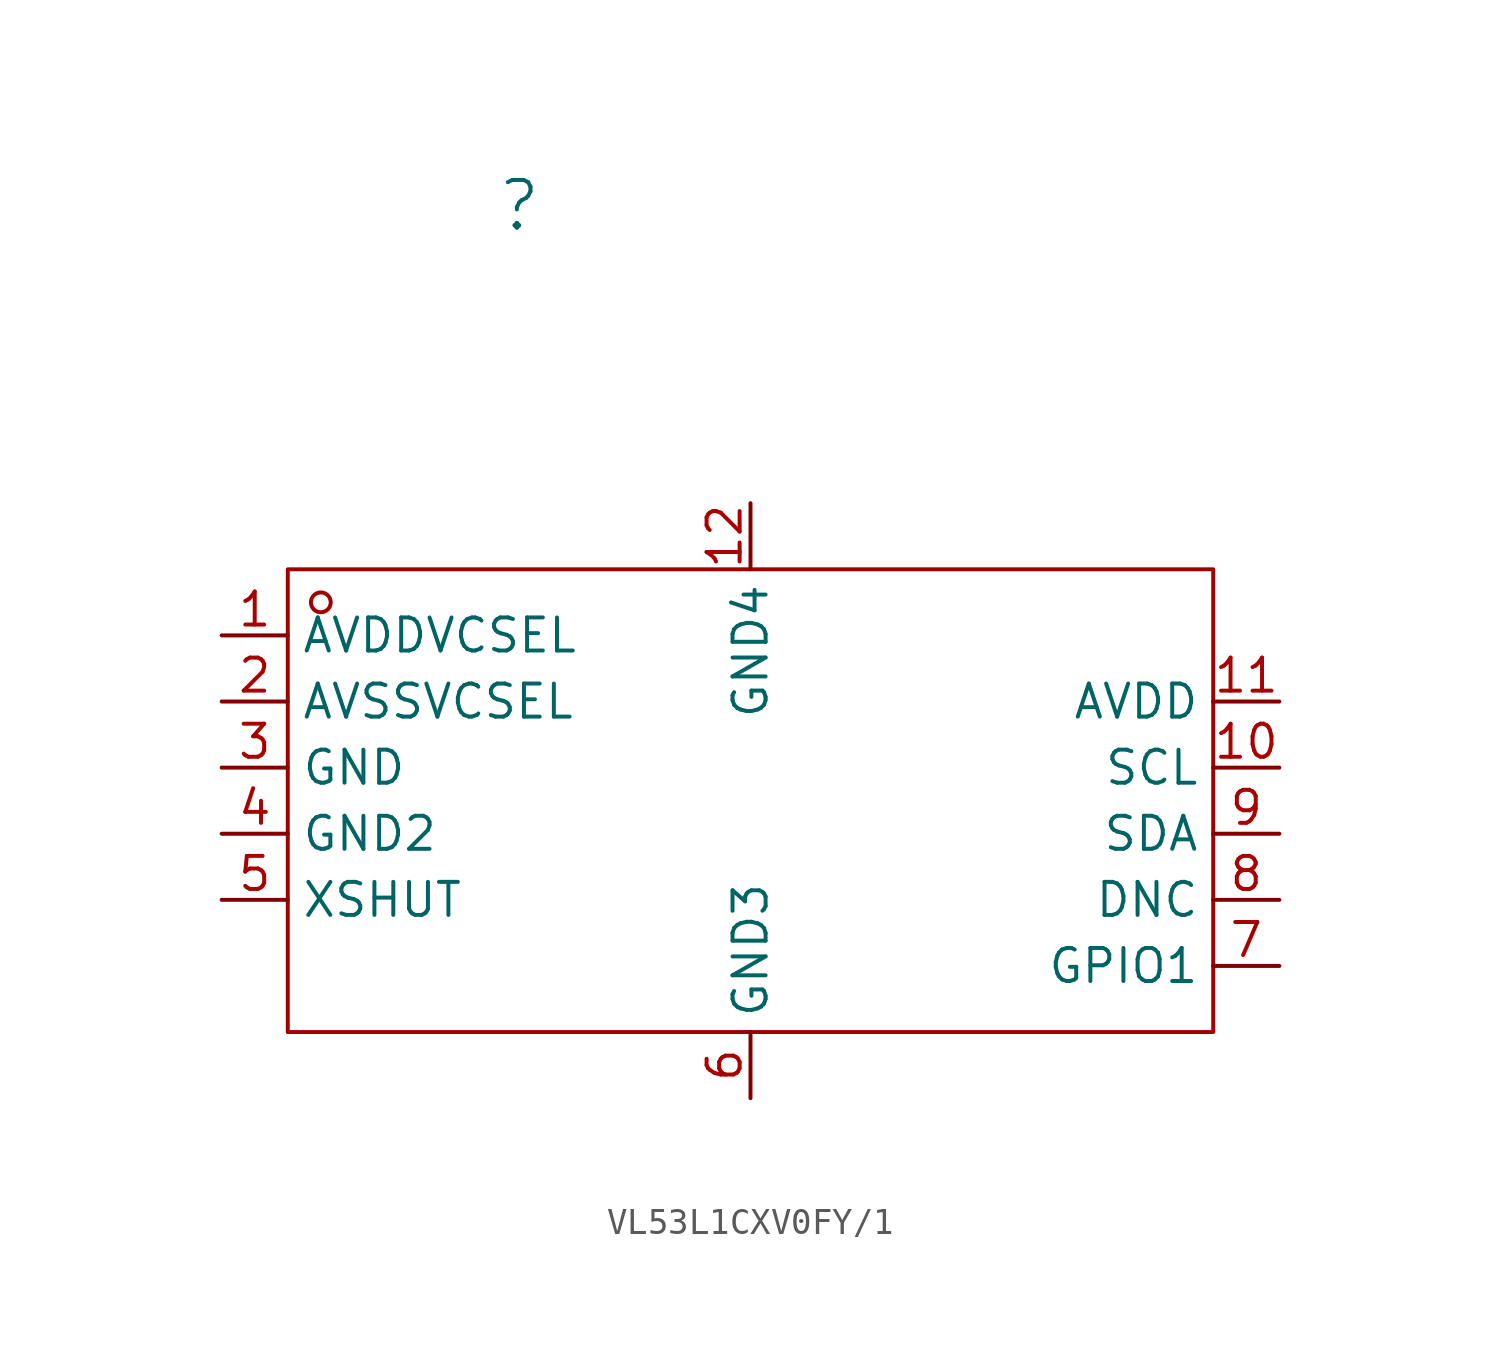
<source format=kicad_sym>
(kicad_symbol_lib
  (version 20241209)
  (generator "kicad_symbol_editor")
  (generator_version "9.0")
  (symbol "VL53L1CXV0FY/1"
    (property "Reference" ""
      (at -8.89 21.59 0)
      (effects (font (size 1.829 1.829))))
    (property "Manufacturer Part" "VL53L1CXV0FY/1"
      (at 0 0 0)
      (effects (font (size 1.27 1.27)) (justify left bottom) (hide yes)))
    (symbol "VL53L1CXV0FY/1_1_0"
      (rectangle (start -17.78 7.62) (end 17.78 -10.16) (stroke (width 0) (type solid) (color 160 0 0 1)) (fill (type none)))
      (circle (center -16.51 6.35) (radius 0.381) (stroke (width 0) (type solid) (color 160 0 0 1)) (fill (type none)))
      (pin passive line (at -20.32 5.08 0) (length 2.54) (name "AVDDVCSEL" (effects (font (size 1.27 1.27)))) (number "1" (effects (font (size 1.27 1.27)))))
      (pin passive line (at -20.32 2.54 0) (length 2.54) (name "AVSSVCSEL" (effects (font (size 1.27 1.27)))) (number "2" (effects (font (size 1.27 1.27)))))
      (pin passive line (at -20.32 0 0) (length 2.54) (name "GND" (effects (font (size 1.27 1.27)))) (number "3" (effects (font (size 1.27 1.27)))))
      (pin passive line (at -20.32 -2.54 0) (length 2.54) (name "GND2" (effects (font (size 1.27 1.27)))) (number "4" (effects (font (size 1.27 1.27)))))
      (pin passive line (at -20.32 -5.08 0) (length 2.54) (name "XSHUT" (effects (font (size 1.27 1.27)))) (number "5" (effects (font (size 1.27 1.27)))))
      (pin passive line (at 0 10.16 270) (length 2.54) (name "GND4" (effects (font (size 1.27 1.27)))) (number "12" (effects (font (size 1.27 1.27)))))
      (pin passive line (at 0 -12.7 90) (length 2.54) (name "GND3" (effects (font (size 1.27 1.27)))) (number "6" (effects (font (size 1.27 1.27)))))
      (pin passive line (at 20.32 2.54 180) (length 2.54) (name "AVDD" (effects (font (size 1.27 1.27)))) (number "11" (effects (font (size 1.27 1.27)))))
      (pin passive line (at 20.32 0 180) (length 2.54) (name "SCL" (effects (font (size 1.27 1.27)))) (number "10" (effects (font (size 1.27 1.27)))))
      (pin passive line (at 20.32 -2.54 180) (length 2.54) (name "SDA" (effects (font (size 1.27 1.27)))) (number "9" (effects (font (size 1.27 1.27)))))
      (pin passive line (at 20.32 -5.08 180) (length 2.54) (name "DNC" (effects (font (size 1.27 1.27)))) (number "8" (effects (font (size 1.27 1.27)))))
      (pin passive line (at 20.32 -7.62 180) (length 2.54) (name "GPIO1" (effects (font (size 1.27 1.27)))) (number "7" (effects (font (size 1.27 1.27))))))))
</source>
